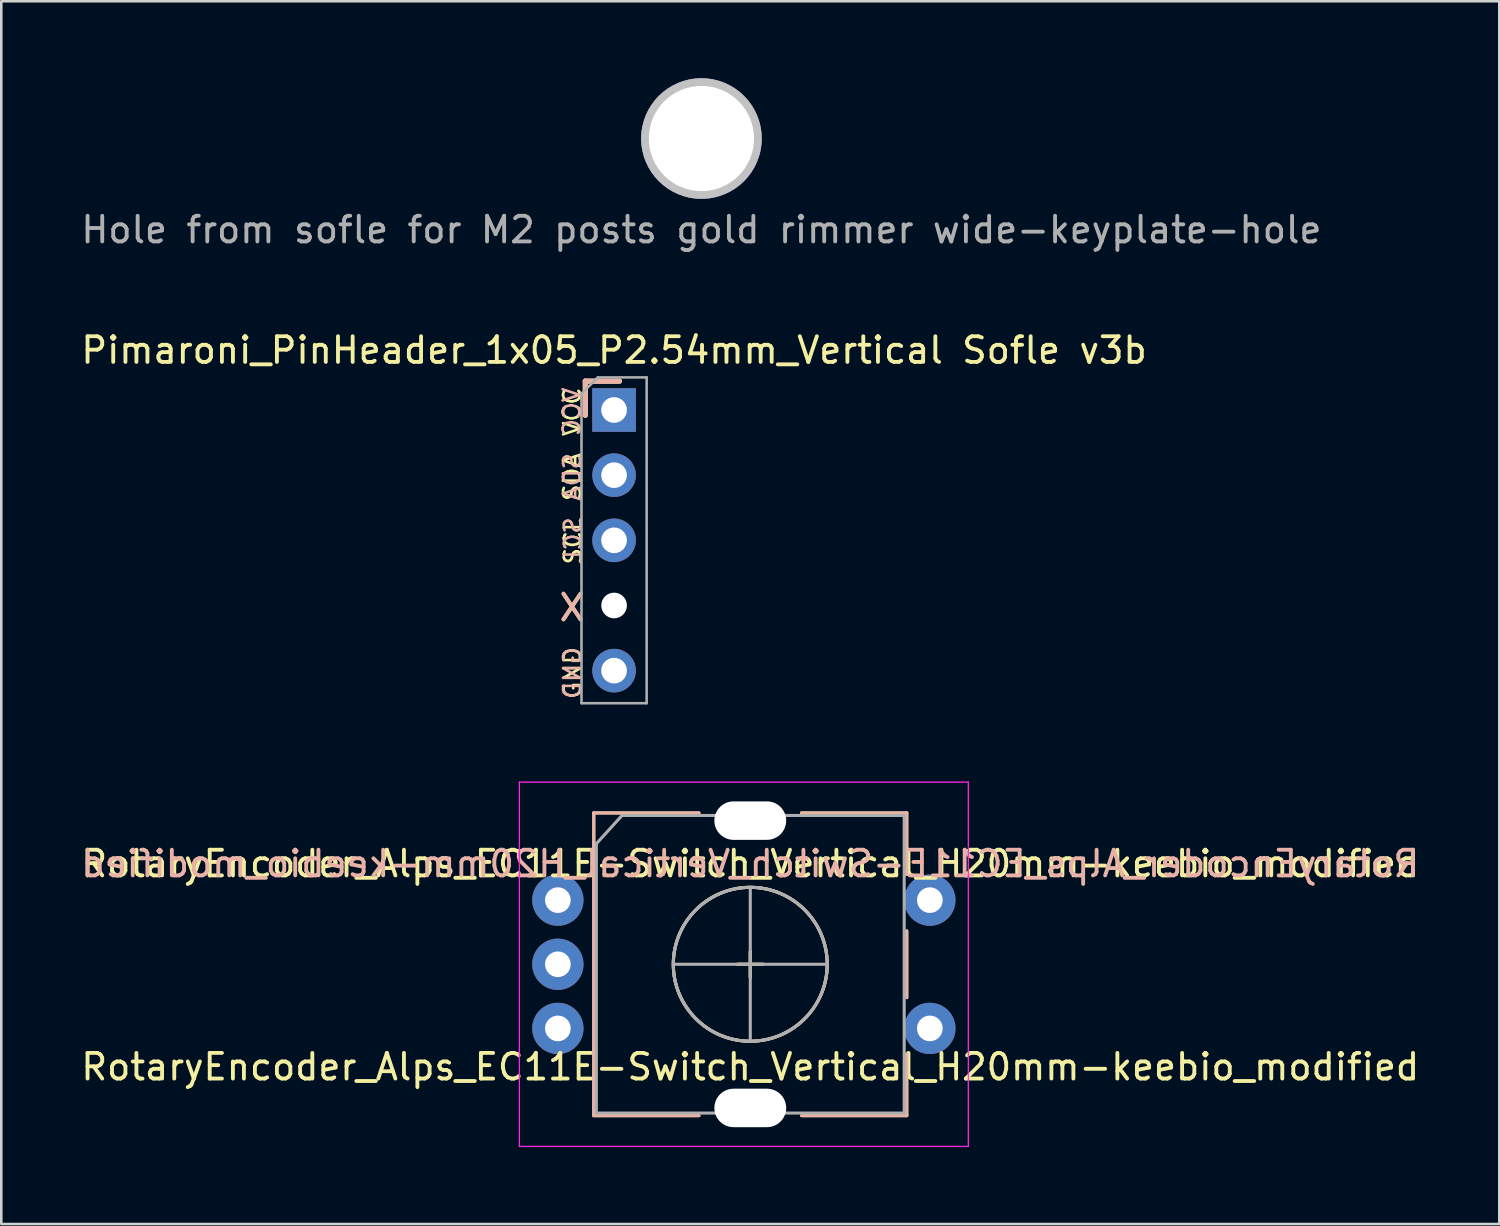
<source format=kicad_pcb>
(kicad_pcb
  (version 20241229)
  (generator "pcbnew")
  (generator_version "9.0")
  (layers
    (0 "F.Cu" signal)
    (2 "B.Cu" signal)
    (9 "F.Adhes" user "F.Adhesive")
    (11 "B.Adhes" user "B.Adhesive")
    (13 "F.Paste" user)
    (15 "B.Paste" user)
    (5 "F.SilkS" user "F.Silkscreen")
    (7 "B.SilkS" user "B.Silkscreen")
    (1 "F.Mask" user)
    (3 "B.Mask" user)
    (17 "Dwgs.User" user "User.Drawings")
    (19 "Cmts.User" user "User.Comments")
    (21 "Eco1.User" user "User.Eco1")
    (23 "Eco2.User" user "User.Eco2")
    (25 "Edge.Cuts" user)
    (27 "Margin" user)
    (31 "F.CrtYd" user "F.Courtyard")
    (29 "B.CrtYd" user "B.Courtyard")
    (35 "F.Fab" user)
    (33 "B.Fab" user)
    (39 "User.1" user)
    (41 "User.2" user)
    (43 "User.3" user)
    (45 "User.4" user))
  (footprint "Hole from sofle for M2 posts gold rimmer wide-keyplate-hole"
    (layer "F.Cu")
    (at 24.292 2.35)
    (property "Reference" "Hole from sofle for M2 posts gold rimmer wide-keyplate-hole" (at 0 3.556 0) (unlocked yes) (layer "F.Fab") (effects (font (size 1 1) (thickness 0.15))))
    (attr through_hole exclude_from_pos_files exclude_from_bom)
    (fp_circle (center 0 0) (end 2.05 0) (stroke (width 0.1) (type default)) (fill no) (layer "User.3"))
    (fp_circle (center 0 0) (end 2.05 0) (stroke (width 0.1) (type default)) (fill no) (layer "User.4"))
    (fp_circle (center 0 0) (end 1.1 0) (stroke (width 0.1) (type default)) (fill no) (layer "User.6"))
    (fp_circle (center 0 0) (end 1.1 0) (stroke (width 0.1) (type default)) (fill no) (layer "User.7"))
    (fp_circle (center 0 0) (end 1.1 0) (stroke (width 0.1) (type default)) (fill no) (layer "User.8"))
    (fp_circle (center 0 0) (end 1.1 0) (stroke (width 0.1) (type default)) (fill no) (layer "User.9"))
    (pad "" thru_hole circle (at 0 0 90) (size 4.7 4.7) (drill 4.1) (layers "*.Cu" "*.Mask" "Dwgs.User")))
  (footprint "RotaryEncoder_Alps_EC11E-Switch_Vertical_H20mm-keebio_modified"
    (layer "F.Cu")
    (at 26.196 34.538)
    (property "Reference" "RotaryEncoder_Alps_EC11E-Switch_Vertical_H20mm-keebio_modified" (at 0 4 0) (layer "F.SilkS") (effects (font (size 1 1) (thickness 0.15))))
    (attr through_hole exclude_from_pos_files exclude_from_bom)
    (fp_line (start -6.1 -5.9) (end -6.1 5.9) (stroke (width 0.12) (type solid)) (layer "F.SilkS"))
    (fp_line (start -2 -5.9) (end -6.1 -5.9) (stroke (width 0.12) (type solid)) (layer "F.SilkS"))
    (fp_line (start -2 5.9) (end -6.1 5.9) (stroke (width 0.12) (type solid)) (layer "F.SilkS"))
    (fp_line (start -0.5 0) (end 0.5 0) (stroke (width 0.12) (type solid)) (layer "F.SilkS"))
    (fp_line (start 0 -0.5) (end 0 0.5) (stroke (width 0.12) (type solid)) (layer "F.SilkS"))
    (fp_line (start 2 -5.9) (end 6.1 -5.9) (stroke (width 0.12) (type solid)) (layer "F.SilkS"))
    (fp_line (start 6.1 -5.9) (end 6.1 -3.5) (stroke (width 0.12) (type solid)) (layer "F.SilkS"))
    (fp_line (start 6.1 -1.3) (end 6.1 1.3) (stroke (width 0.12) (type solid)) (layer "F.SilkS"))
    (fp_line (start 6.1 3.5) (end 6.1 5.9) (stroke (width 0.12) (type solid)) (layer "F.SilkS"))
    (fp_line (start 6.1 5.9) (end 2 5.9) (stroke (width 0.12) (type solid)) (layer "F.SilkS"))
    (fp_circle (center 0 0) (end 3 0) (stroke (width 0.12) (type solid)) (fill no) (layer "F.SilkS"))
    (fp_line (start -6.1 -5.9) (end -6.1 5.9) (stroke (width 0.12) (type solid)) (layer "B.SilkS"))
    (fp_line (start -2 -5.9) (end -6.1 -5.9) (stroke (width 0.12) (type solid)) (layer "B.SilkS"))
    (fp_line (start -2 5.9) (end -6.1 5.9) (stroke (width 0.12) (type solid)) (layer "B.SilkS"))
    (fp_line (start -0.5 0) (end 0.5 0) (stroke (width 0.12) (type solid)) (layer "B.SilkS"))
    (fp_line (start 0 -0.5) (end 0 0.5) (stroke (width 0.12) (type solid)) (layer "B.SilkS"))
    (fp_line (start 2 -5.9) (end 6.1 -5.9) (stroke (width 0.12) (type solid)) (layer "B.SilkS"))
    (fp_line (start 6.1 -5.9) (end 6.1 -3.5) (stroke (width 0.12) (type solid)) (layer "B.SilkS"))
    (fp_line (start 6.1 -1.3) (end 6.1 1.3) (stroke (width 0.12) (type solid)) (layer "B.SilkS"))
    (fp_line (start 6.1 3.5) (end 6.1 5.9) (stroke (width 0.12) (type solid)) (layer "B.SilkS"))
    (fp_line (start 6.1 5.9) (end 2 5.9) (stroke (width 0.12) (type solid)) (layer "B.SilkS"))
    (fp_circle (center 0 0) (end 3 0) (stroke (width 0.12) (type solid)) (fill no) (layer "B.SilkS"))
    (fp_line (start -9 -7.1) (end -9 7.1) (stroke (width 0.05) (type solid)) (layer "F.CrtYd"))
    (fp_line (start -9 -7.1) (end 8.5 -7.1) (stroke (width 0.05) (type solid)) (layer "F.CrtYd"))
    (fp_line (start 8.5 7.1) (end -9 7.1) (stroke (width 0.05) (type solid)) (layer "F.CrtYd"))
    (fp_line (start 8.5 7.1) (end 8.5 -7.1) (stroke (width 0.05) (type solid)) (layer "F.CrtYd"))
    (fp_line (start -6 -4.7) (end -5 -5.8) (stroke (width 0.12) (type solid)) (layer "F.Fab"))
    (fp_line (start -6 5.8) (end -6 -4.7) (stroke (width 0.12) (type solid)) (layer "F.Fab"))
    (fp_line (start -5 -5.8) (end 6 -5.8) (stroke (width 0.12) (type solid)) (layer "F.Fab"))
    (fp_line (start -3 0) (end 3 0) (stroke (width 0.12) (type solid)) (layer "F.Fab"))
    (fp_line (start 0 -3) (end 0 3) (stroke (width 0.12) (type solid)) (layer "F.Fab"))
    (fp_line (start 6 -5.8) (end 6 5.8) (stroke (width 0.12) (type solid)) (layer "F.Fab"))
    (fp_line (start 6 5.8) (end -6 5.8) (stroke (width 0.12) (type solid)) (layer "F.Fab"))
    (fp_circle (center 0 0) (end 3 0) (stroke (width 0.12) (type solid)) (fill no) (layer "F.Fab"))
    (fp_rect (start -8 -6.5) (end 7.6 6.5) (stroke (width 0.12) (type default)) (fill no) (layer "User.3"))
    (fp_rect (start -8 -6.5) (end 7.6 6.5) (stroke (width 0.12) (type default)) (fill no) (layer "User.4"))
    (fp_text user "${REFERENCE}" (at 0 -3.92 0) (layer "F.SilkS") (effects (font (size 1 1) (thickness 0.15))))
    (fp_text user "${REFERENCE}" (at 0 -3.92 0) (layer "B.SilkS") (effects (font (size 1 1) (thickness 0.15)) (justify mirror)))
    (pad "" np_thru_hole oval (at 0 -5.6) (size 2.8 1.5) (drill oval 2.8 1.5) (layers "*.Cu" "*.Mask"))
    (pad "" np_thru_hole oval (at 0 5.6) (size 2.8 1.5) (drill oval 2.8 1.5) (layers "*.Cu" "*.Mask"))
    (pad "A" thru_hole circle (at -7.5 -2.5) (size 2 2) (drill 1) (layers "*.Cu" "*.Mask"))
    (pad "B" thru_hole circle (at -7.5 2.5) (size 2 2) (drill 1) (layers "*.Cu" "*.Mask"))
    (pad "C" thru_hole circle (at -7.5 0) (size 2 2) (drill 1) (layers "*.Cu" "*.Mask"))
    (pad "S1" thru_hole circle (at 7 2.5) (size 2 2) (drill 1) (layers "*.Cu" "*.Mask"))
    (pad "S2" thru_hole circle (at 7 -2.5) (size 2 2) (drill 1) (layers "*.Cu" "*.Mask")))
  (footprint "Pimaroni_PinHeader_1x05_P2.54mm_Vertical Sofle v3b"
    (layer "F.Cu")
    (at 20.887 12.932)
    (property "Reference" "Pimaroni_PinHeader_1x05_P2.54mm_Vertical Sofle v3b" (at 0 -2.33 0) (layer "F.SilkS") (effects (font (size 1 1) (thickness 0.15))))
    (attr through_hole exclude_from_pos_files exclude_from_bom)
    (fp_line (start -1.12 -1.125) (end 0.21 -1.125) (stroke (width 0.2) (type solid)) (layer "F.SilkS"))
    (fp_line (start -1.12 0.205) (end -1.12 -1.125) (stroke (width 0.2) (type solid)) (layer "F.SilkS"))
    (fp_line (start -1.12 -1.125) (end -1.12 0.205) (stroke (width 0.2) (type solid)) (layer "B.SilkS"))
    (fp_line (start 0.21 -1.125) (end -1.12 -1.125) (stroke (width 0.2) (type solid)) (layer "B.SilkS"))
    (fp_line (start -1.27 -0.635) (end -0.635 -1.27) (stroke (width 0.1) (type solid)) (layer "F.Fab"))
    (fp_line (start -1.27 11.43) (end -1.27 -0.635) (stroke (width 0.1) (type solid)) (layer "F.Fab"))
    (fp_line (start -0.635 -1.27) (end 1.27 -1.27) (stroke (width 0.1) (type solid)) (layer "F.Fab"))
    (fp_line (start 1.27 -1.27) (end 1.27 11.43) (stroke (width 0.1) (type solid)) (layer "F.Fab"))
    (fp_line (start 1.27 11.43) (end -1.27 11.43) (stroke (width 0.1) (type solid)) (layer "F.Fab"))
    (fp_text user "X" (at -1.64 7.71 0) (layer "F.SilkS") (effects (font (size 1 1) (thickness 0.15))))
    (fp_text user "SDA" (at -1.63 2.61 90) (layer "F.SilkS") (effects (font (size 0.66 0.66) (thickness 0.1))))
    (fp_text user "SCL" (at -1.6 5.1 90) (layer "F.SilkS") (effects (font (size 0.66 0.66) (thickness 0.1))))
    (fp_text user "VCC" (at -1.63 0.07 90) (layer "F.SilkS") (effects (font (size 0.66 0.66) (thickness 0.1))))
    (fp_text user "GND" (at -1.61 10.25 90) (layer "F.SilkS") (effects (font (size 0.66 0.66) (thickness 0.1))))
    (fp_text user "GND" (at -1.63 10.25 90) (layer "B.SilkS") (effects (font (size 0.66 0.66) (thickness 0.1)) (justify mirror)))
    (fp_text user "X" (at -1.64 7.7 0) (layer "B.SilkS") (effects (font (size 1 1) (thickness 0.15)) (justify mirror)))
    (fp_text user "SCL" (at -1.6 5.1 90) (layer "B.SilkS") (effects (font (size 0.66 0.66) (thickness 0.1)) (justify mirror)))
    (fp_text user "SDA" (at -1.63 2.61 90) (layer "B.SilkS") (effects (font (size 0.66 0.66) (thickness 0.1)) (justify mirror)))
    (fp_text user "VCC" (at -1.65 0.07 90) (layer "B.SilkS") (effects (font (size 0.66 0.66) (thickness 0.1)) (justify mirror)))
    (pad "" np_thru_hole circle (at 0 7.62) (size 1 1) (drill 1) (layers "*.Cu" "*.Mask"))
    (pad "1" thru_hole rect (at 0 0) (size 1.7 1.7) (drill 1) (layers "*.Cu" "*.Mask"))
    (pad "2" thru_hole oval (at 0 2.54) (size 1.7 1.7) (drill 1) (layers "*.Cu" "*.Mask"))
    (pad "3" thru_hole oval (at 0 5.08) (size 1.7 1.7) (drill 1) (layers "*.Cu" "*.Mask"))
    (pad "5" thru_hole oval (at 0 10.16) (size 1.7 1.7) (drill 1) (layers "*.Cu" "*.Mask")))
  (gr_rect
    (start -3 -3)
    (end 55.393 44.663)
    (stroke (width 0.1) (type default))
    (fill no)
    (layer "Edge.Cuts")))
</source>
